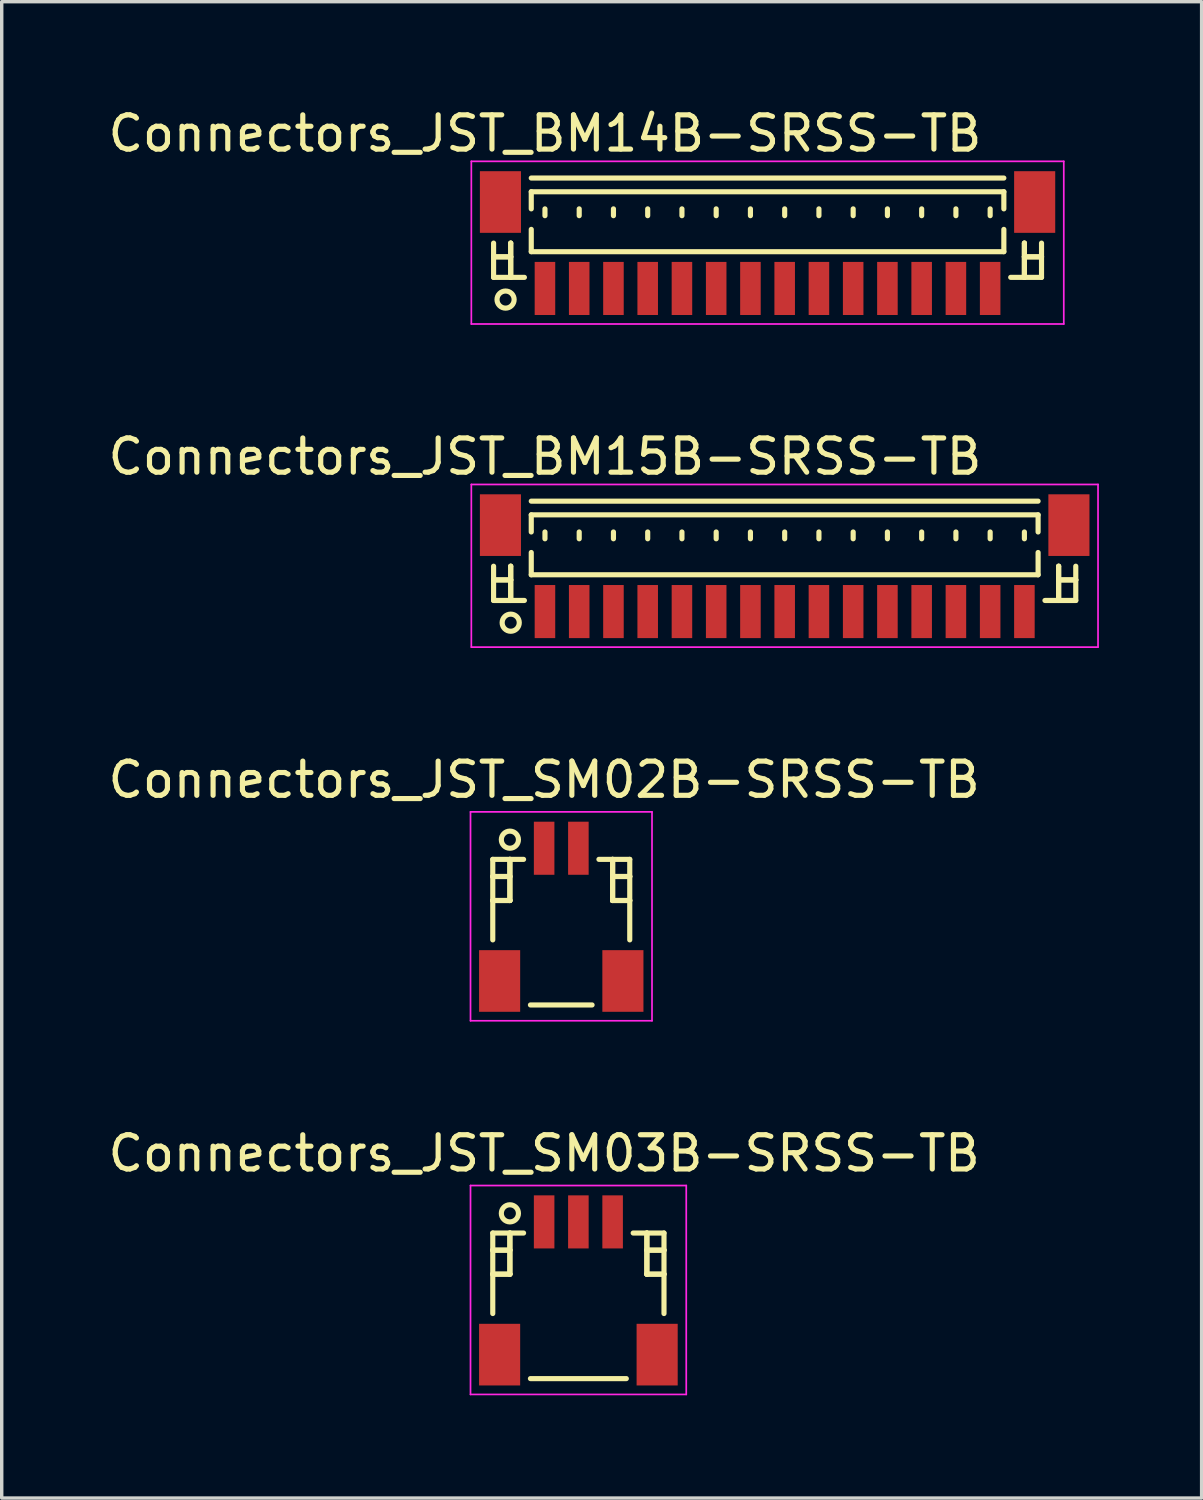
<source format=kicad_pcb>
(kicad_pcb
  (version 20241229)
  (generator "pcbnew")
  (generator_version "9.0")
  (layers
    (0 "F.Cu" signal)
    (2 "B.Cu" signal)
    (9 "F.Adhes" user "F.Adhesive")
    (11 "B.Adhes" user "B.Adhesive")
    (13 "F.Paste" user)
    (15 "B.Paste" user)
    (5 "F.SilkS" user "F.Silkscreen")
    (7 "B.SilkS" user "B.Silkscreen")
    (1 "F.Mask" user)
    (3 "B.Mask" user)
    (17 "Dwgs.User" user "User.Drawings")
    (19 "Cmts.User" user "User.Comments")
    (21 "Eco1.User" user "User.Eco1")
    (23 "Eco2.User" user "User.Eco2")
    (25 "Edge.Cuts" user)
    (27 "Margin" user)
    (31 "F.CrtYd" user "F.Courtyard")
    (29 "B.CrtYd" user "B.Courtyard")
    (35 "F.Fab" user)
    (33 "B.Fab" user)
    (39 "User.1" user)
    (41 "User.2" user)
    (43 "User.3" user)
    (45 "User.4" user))
  (footprint "Connectors_JST_BM14B-SRSS-TB"
    (layer "F.Cu")
    (at 19.363 4.111)
    (property "Reference" "Connectors_JST_BM14B-SRSS-TB" (at -6.5 -3.263 0) (layer "F.SilkS") (effects (font (size 1 1) (thickness 0.15))))
    (attr smd)
    (fp_line (start -8 -0.062) (end -8 0.938) (stroke (width 0.15) (type solid)) (layer "F.SilkS"))
    (fp_line (start -8 0.338) (end -8 0.338) (stroke (width 0.15) (type solid)) (layer "F.SilkS"))
    (fp_line (start -8 0.338) (end -7.5 0.338) (stroke (width 0.15) (type solid)) (layer "F.SilkS"))
    (fp_line (start -8 0.938) (end -7.1 0.938) (stroke (width 0.15) (type solid)) (layer "F.SilkS"))
    (fp_line (start -7.5 -0.062) (end -7.5 -0.062) (stroke (width 0.15) (type solid)) (layer "F.SilkS"))
    (fp_line (start -7.5 -0.062) (end -7.5 0.938) (stroke (width 0.15) (type solid)) (layer "F.SilkS"))
    (fp_line (start -7.5 0.338) (end -8 0.338) (stroke (width 0.15) (type solid)) (layer "F.SilkS"))
    (fp_line (start -7.5 0.338) (end -7.5 0.338) (stroke (width 0.15) (type solid)) (layer "F.SilkS"))
    (fp_line (start -7.5 0.938) (end -7.5 -0.062) (stroke (width 0.15) (type solid)) (layer "F.SilkS"))
    (fp_line (start -7.5 0.938) (end -7.5 0.938) (stroke (width 0.15) (type solid)) (layer "F.SilkS"))
    (fp_line (start -6.9 -1.962) (end 6.9 -1.962) (stroke (width 0.15) (type solid)) (layer "F.SilkS"))
    (fp_line (start -6.9 -1.562) (end 6.9 -1.562) (stroke (width 0.15) (type solid)) (layer "F.SilkS"))
    (fp_line (start -6.9 -1.062) (end -6.9 -1.562) (stroke (width 0.15) (type solid)) (layer "F.SilkS"))
    (fp_line (start -6.9 -0.463) (end -6.9 0.188) (stroke (width 0.15) (type solid)) (layer "F.SilkS"))
    (fp_line (start -6.9 0.188) (end 6.9 0.188) (stroke (width 0.15) (type solid)) (layer "F.SilkS"))
    (fp_line (start -6.5 -1.062) (end -6.5 -0.863) (stroke (width 0.15) (type solid)) (layer "F.SilkS"))
    (fp_line (start -5.5 -1.062) (end -5.5 -0.863) (stroke (width 0.15) (type solid)) (layer "F.SilkS"))
    (fp_line (start -4.5 -1.062) (end -4.5 -0.863) (stroke (width 0.15) (type solid)) (layer "F.SilkS"))
    (fp_line (start -3.5 -1.062) (end -3.5 -0.863) (stroke (width 0.15) (type solid)) (layer "F.SilkS"))
    (fp_line (start -2.5 -1.062) (end -2.5 -0.863) (stroke (width 0.15) (type solid)) (layer "F.SilkS"))
    (fp_line (start -1.5 -1.062) (end -1.5 -0.863) (stroke (width 0.15) (type solid)) (layer "F.SilkS"))
    (fp_line (start -0.5 -1.062) (end -0.5 -0.863) (stroke (width 0.15) (type solid)) (layer "F.SilkS"))
    (fp_line (start 0.5 -1.062) (end 0.5 -0.863) (stroke (width 0.15) (type solid)) (layer "F.SilkS"))
    (fp_line (start 1.5 -1.062) (end 1.5 -0.863) (stroke (width 0.15) (type solid)) (layer "F.SilkS"))
    (fp_line (start 2.5 -1.062) (end 2.5 -0.863) (stroke (width 0.15) (type solid)) (layer "F.SilkS"))
    (fp_line (start 3.5 -1.062) (end 3.5 -0.863) (stroke (width 0.15) (type solid)) (layer "F.SilkS"))
    (fp_line (start 4.5 -1.062) (end 4.5 -0.863) (stroke (width 0.15) (type solid)) (layer "F.SilkS"))
    (fp_line (start 5.5 -1.062) (end 5.5 -0.863) (stroke (width 0.15) (type solid)) (layer "F.SilkS"))
    (fp_line (start 6.5 -1.062) (end 6.5 -0.863) (stroke (width 0.15) (type solid)) (layer "F.SilkS"))
    (fp_line (start 6.9 -1.562) (end 6.9 -1.062) (stroke (width 0.15) (type solid)) (layer "F.SilkS"))
    (fp_line (start 6.9 0.188) (end 6.9 -0.463) (stroke (width 0.15) (type solid)) (layer "F.SilkS"))
    (fp_line (start 7.5 -0.062) (end 7.5 -0.062) (stroke (width 0.15) (type solid)) (layer "F.SilkS"))
    (fp_line (start 7.5 -0.062) (end 7.5 0.938) (stroke (width 0.15) (type solid)) (layer "F.SilkS"))
    (fp_line (start 7.5 0.338) (end 7.5 0.338) (stroke (width 0.15) (type solid)) (layer "F.SilkS"))
    (fp_line (start 7.5 0.338) (end 8 0.338) (stroke (width 0.15) (type solid)) (layer "F.SilkS"))
    (fp_line (start 7.5 0.938) (end 7.5 -0.062) (stroke (width 0.15) (type solid)) (layer "F.SilkS"))
    (fp_line (start 7.5 0.938) (end 7.5 0.938) (stroke (width 0.15) (type solid)) (layer "F.SilkS"))
    (fp_line (start 8 -0.062) (end 8 0.938) (stroke (width 0.15) (type solid)) (layer "F.SilkS"))
    (fp_line (start 8 0.338) (end 7.5 0.338) (stroke (width 0.15) (type solid)) (layer "F.SilkS"))
    (fp_line (start 8 0.338) (end 8 0.338) (stroke (width 0.15) (type solid)) (layer "F.SilkS"))
    (fp_line (start 8 0.938) (end 7.1 0.938) (stroke (width 0.15) (type solid)) (layer "F.SilkS"))
    (fp_circle (center -7.65 1.587) (end -7.4 1.587) (stroke (width 0.15) (type solid)) (fill no) (layer "F.SilkS"))
    (fp_line (start -8.65 -2.45) (end 8.65 -2.45) (stroke (width 0.05) (type solid)) (layer "F.CrtYd"))
    (fp_line (start -8.65 2.3) (end -8.65 -2.45) (stroke (width 0.05) (type solid)) (layer "F.CrtYd"))
    (fp_line (start 8.65 -2.45) (end 8.65 2.3) (stroke (width 0.05) (type solid)) (layer "F.CrtYd"))
    (fp_line (start 8.65 2.3) (end -8.65 2.3) (stroke (width 0.05) (type solid)) (layer "F.CrtYd"))
    (pad "" smd rect (at -7.8 -1.262) (size 1.2 1.8) (layers "F.Cu" "F.Mask" "F.Paste"))
    (pad "" smd rect (at 7.8 -1.262) (size 1.2 1.8) (layers "F.Cu" "F.Mask" "F.Paste"))
    (pad "1" smd rect (at -6.5 1.262) (size 0.6 1.55) (layers "F.Cu" "F.Mask" "F.Paste"))
    (pad "2" smd rect (at -5.5 1.262) (size 0.6 1.55) (layers "F.Cu" "F.Mask" "F.Paste"))
    (pad "3" smd rect (at -4.5 1.262) (size 0.6 1.55) (layers "F.Cu" "F.Mask" "F.Paste"))
    (pad "4" smd rect (at -3.5 1.262) (size 0.6 1.55) (layers "F.Cu" "F.Mask" "F.Paste"))
    (pad "5" smd rect (at -2.5 1.262) (size 0.6 1.55) (layers "F.Cu" "F.Mask" "F.Paste"))
    (pad "6" smd rect (at -1.5 1.262) (size 0.6 1.55) (layers "F.Cu" "F.Mask" "F.Paste"))
    (pad "7" smd rect (at -0.5 1.262) (size 0.6 1.55) (layers "F.Cu" "F.Mask" "F.Paste"))
    (pad "8" smd rect (at 0.5 1.262) (size 0.6 1.55) (layers "F.Cu" "F.Mask" "F.Paste"))
    (pad "9" smd rect (at 1.5 1.262) (size 0.6 1.55) (layers "F.Cu" "F.Mask" "F.Paste"))
    (pad "10" smd rect (at 2.5 1.262) (size 0.6 1.55) (layers "F.Cu" "F.Mask" "F.Paste"))
    (pad "11" smd rect (at 3.5 1.262) (size 0.6 1.55) (layers "F.Cu" "F.Mask" "F.Paste"))
    (pad "12" smd rect (at 4.5 1.262) (size 0.6 1.55) (layers "F.Cu" "F.Mask" "F.Paste"))
    (pad "13" smd rect (at 5.5 1.262) (size 0.6 1.55) (layers "F.Cu" "F.Mask" "F.Paste"))
    (pad "14" smd rect (at 6.5 1.262) (size 0.6 1.55) (layers "F.Cu" "F.Mask" "F.Paste")))
  (footprint "Connectors_JST_SM02B-SRSS-TB"
    (layer "F.Cu")
    (at 13.339 23.657)
    (property "Reference" "Connectors_JST_SM02B-SRSS-TB" (at -0.5 -3.938 0) (layer "F.SilkS") (effects (font (size 1 1) (thickness 0.15))))
    (attr smd)
    (fp_line (start -2 -1.613) (end -1.1 -1.613) (stroke (width 0.15) (type solid)) (layer "F.SilkS"))
    (fp_line (start -2 -1.113) (end -2 -1.113) (stroke (width 0.15) (type solid)) (layer "F.SilkS"))
    (fp_line (start -2 -1.113) (end -1.5 -1.113) (stroke (width 0.15) (type solid)) (layer "F.SilkS"))
    (fp_line (start -2 -0.412) (end -2 -0.412) (stroke (width 0.15) (type solid)) (layer "F.SilkS"))
    (fp_line (start -2 -0.412) (end -1.5 -0.412) (stroke (width 0.15) (type solid)) (layer "F.SilkS"))
    (fp_line (start -2 0.738) (end -2 -1.613) (stroke (width 0.15) (type solid)) (layer "F.SilkS"))
    (fp_line (start -1.5 -1.613) (end -1.5 -1.613) (stroke (width 0.15) (type solid)) (layer "F.SilkS"))
    (fp_line (start -1.5 -1.613) (end -1.5 -0.412) (stroke (width 0.15) (type solid)) (layer "F.SilkS"))
    (fp_line (start -1.5 -1.113) (end -2 -1.113) (stroke (width 0.15) (type solid)) (layer "F.SilkS"))
    (fp_line (start -1.5 -1.113) (end -1.5 -1.113) (stroke (width 0.15) (type solid)) (layer "F.SilkS"))
    (fp_line (start -1.5 -0.412) (end -2 -0.412) (stroke (width 0.15) (type solid)) (layer "F.SilkS"))
    (fp_line (start -1.5 -0.412) (end -1.5 -1.613) (stroke (width 0.15) (type solid)) (layer "F.SilkS"))
    (fp_line (start -1.5 -0.412) (end -1.5 -0.412) (stroke (width 0.15) (type solid)) (layer "F.SilkS"))
    (fp_line (start -1.5 -0.412) (end -1.5 -0.412) (stroke (width 0.15) (type solid)) (layer "F.SilkS"))
    (fp_line (start -0.9 2.638) (end 0.9 2.638) (stroke (width 0.15) (type solid)) (layer "F.SilkS"))
    (fp_line (start 1.5 -1.613) (end 1.5 -1.613) (stroke (width 0.15) (type solid)) (layer "F.SilkS"))
    (fp_line (start 1.5 -1.613) (end 1.5 -0.412) (stroke (width 0.15) (type solid)) (layer "F.SilkS"))
    (fp_line (start 1.5 -1.113) (end 1.5 -1.113) (stroke (width 0.15) (type solid)) (layer "F.SilkS"))
    (fp_line (start 1.5 -1.113) (end 2 -1.113) (stroke (width 0.15) (type solid)) (layer "F.SilkS"))
    (fp_line (start 1.5 -0.412) (end 1.5 -1.613) (stroke (width 0.15) (type solid)) (layer "F.SilkS"))
    (fp_line (start 1.5 -0.412) (end 1.5 -0.412) (stroke (width 0.15) (type solid)) (layer "F.SilkS"))
    (fp_line (start 1.5 -0.412) (end 1.5 -0.412) (stroke (width 0.15) (type solid)) (layer "F.SilkS"))
    (fp_line (start 1.5 -0.412) (end 2 -0.412) (stroke (width 0.15) (type solid)) (layer "F.SilkS"))
    (fp_line (start 2 -1.613) (end 1.1 -1.613) (stroke (width 0.15) (type solid)) (layer "F.SilkS"))
    (fp_line (start 2 -1.113) (end 1.5 -1.113) (stroke (width 0.15) (type solid)) (layer "F.SilkS"))
    (fp_line (start 2 -1.113) (end 2 -1.113) (stroke (width 0.15) (type solid)) (layer "F.SilkS"))
    (fp_line (start 2 -0.412) (end 1.5 -0.412) (stroke (width 0.15) (type solid)) (layer "F.SilkS"))
    (fp_line (start 2 -0.412) (end 2 -0.412) (stroke (width 0.15) (type solid)) (layer "F.SilkS"))
    (fp_line (start 2 0.738) (end 2 -1.613) (stroke (width 0.15) (type solid)) (layer "F.SilkS"))
    (fp_circle (center -1.5 -2.188) (end -1.25 -2.188) (stroke (width 0.15) (type solid)) (fill no) (layer "F.SilkS"))
    (fp_line (start -2.65 -3) (end 2.65 -3) (stroke (width 0.05) (type solid)) (layer "F.CrtYd"))
    (fp_line (start -2.65 3.1) (end -2.65 -3) (stroke (width 0.05) (type solid)) (layer "F.CrtYd"))
    (fp_line (start 2.65 -3) (end 2.65 3.1) (stroke (width 0.05) (type solid)) (layer "F.CrtYd"))
    (fp_line (start 2.65 3.1) (end -2.65 3.1) (stroke (width 0.05) (type solid)) (layer "F.CrtYd"))
    (pad "" smd rect (at -1.8 1.938) (size 1.2 1.8) (layers "F.Cu" "F.Mask" "F.Paste"))
    (pad "" smd rect (at 1.8 1.938) (size 1.2 1.8) (layers "F.Cu" "F.Mask" "F.Paste"))
    (pad "1" smd rect (at -0.5 -1.938) (size 0.6 1.55) (layers "F.Cu" "F.Mask" "F.Paste"))
    (pad "2" smd rect (at 0.5 -1.938) (size 0.6 1.55) (layers "F.Cu" "F.Mask" "F.Paste")))
  (footprint "Connectors_JST_BM15B-SRSS-TB"
    (layer "F.Cu")
    (at 19.863 13.546)
    (property "Reference" "Connectors_JST_BM15B-SRSS-TB" (at -7 -3.263 0) (layer "F.SilkS") (effects (font (size 1 1) (thickness 0.15))))
    (attr smd)
    (fp_line (start -8.5 -0.062) (end -8.5 0.938) (stroke (width 0.15) (type solid)) (layer "F.SilkS"))
    (fp_line (start -8.5 0.338) (end -8.5 0.338) (stroke (width 0.15) (type solid)) (layer "F.SilkS"))
    (fp_line (start -8.5 0.338) (end -8 0.338) (stroke (width 0.15) (type solid)) (layer "F.SilkS"))
    (fp_line (start -8.5 0.938) (end -7.6 0.938) (stroke (width 0.15) (type solid)) (layer "F.SilkS"))
    (fp_line (start -8 -0.062) (end -8 -0.062) (stroke (width 0.15) (type solid)) (layer "F.SilkS"))
    (fp_line (start -8 -0.062) (end -8 0.938) (stroke (width 0.15) (type solid)) (layer "F.SilkS"))
    (fp_line (start -8 0.338) (end -8.5 0.338) (stroke (width 0.15) (type solid)) (layer "F.SilkS"))
    (fp_line (start -8 0.338) (end -8 0.338) (stroke (width 0.15) (type solid)) (layer "F.SilkS"))
    (fp_line (start -8 0.938) (end -8 -0.062) (stroke (width 0.15) (type solid)) (layer "F.SilkS"))
    (fp_line (start -8 0.938) (end -8 0.938) (stroke (width 0.15) (type solid)) (layer "F.SilkS"))
    (fp_line (start -7.4 -1.962) (end 7.4 -1.962) (stroke (width 0.15) (type solid)) (layer "F.SilkS"))
    (fp_line (start -7.4 -1.562) (end 7.4 -1.562) (stroke (width 0.15) (type solid)) (layer "F.SilkS"))
    (fp_line (start -7.4 -1.062) (end -7.4 -1.562) (stroke (width 0.15) (type solid)) (layer "F.SilkS"))
    (fp_line (start -7.4 -0.463) (end -7.4 0.188) (stroke (width 0.15) (type solid)) (layer "F.SilkS"))
    (fp_line (start -7.4 0.188) (end 7.4 0.188) (stroke (width 0.15) (type solid)) (layer "F.SilkS"))
    (fp_line (start -7 -1.062) (end -7 -0.863) (stroke (width 0.15) (type solid)) (layer "F.SilkS"))
    (fp_line (start -6 -1.062) (end -6 -0.863) (stroke (width 0.15) (type solid)) (layer "F.SilkS"))
    (fp_line (start -5 -1.062) (end -5 -0.863) (stroke (width 0.15) (type solid)) (layer "F.SilkS"))
    (fp_line (start -4 -1.062) (end -4 -0.863) (stroke (width 0.15) (type solid)) (layer "F.SilkS"))
    (fp_line (start -3 -1.062) (end -3 -0.863) (stroke (width 0.15) (type solid)) (layer "F.SilkS"))
    (fp_line (start -2 -1.062) (end -2 -0.863) (stroke (width 0.15) (type solid)) (layer "F.SilkS"))
    (fp_line (start -1 -1.062) (end -1 -0.863) (stroke (width 0.15) (type solid)) (layer "F.SilkS"))
    (fp_line (start 0 -1.062) (end 0 -0.863) (stroke (width 0.15) (type solid)) (layer "F.SilkS"))
    (fp_line (start 1 -1.062) (end 1 -0.863) (stroke (width 0.15) (type solid)) (layer "F.SilkS"))
    (fp_line (start 2 -1.062) (end 2 -0.863) (stroke (width 0.15) (type solid)) (layer "F.SilkS"))
    (fp_line (start 3 -1.062) (end 3 -0.863) (stroke (width 0.15) (type solid)) (layer "F.SilkS"))
    (fp_line (start 4 -1.062) (end 4 -0.863) (stroke (width 0.15) (type solid)) (layer "F.SilkS"))
    (fp_line (start 5 -1.062) (end 5 -0.863) (stroke (width 0.15) (type solid)) (layer "F.SilkS"))
    (fp_line (start 6 -1.062) (end 6 -0.863) (stroke (width 0.15) (type solid)) (layer "F.SilkS"))
    (fp_line (start 7 -1.062) (end 7 -0.863) (stroke (width 0.15) (type solid)) (layer "F.SilkS"))
    (fp_line (start 7.4 -1.562) (end 7.4 -1.062) (stroke (width 0.15) (type solid)) (layer "F.SilkS"))
    (fp_line (start 7.4 0.188) (end 7.4 -0.463) (stroke (width 0.15) (type solid)) (layer "F.SilkS"))
    (fp_line (start 8 -0.062) (end 8 -0.062) (stroke (width 0.15) (type solid)) (layer "F.SilkS"))
    (fp_line (start 8 -0.062) (end 8 0.938) (stroke (width 0.15) (type solid)) (layer "F.SilkS"))
    (fp_line (start 8 0.338) (end 8 0.338) (stroke (width 0.15) (type solid)) (layer "F.SilkS"))
    (fp_line (start 8 0.338) (end 8.5 0.338) (stroke (width 0.15) (type solid)) (layer "F.SilkS"))
    (fp_line (start 8 0.938) (end 8 -0.062) (stroke (width 0.15) (type solid)) (layer "F.SilkS"))
    (fp_line (start 8 0.938) (end 8 0.938) (stroke (width 0.15) (type solid)) (layer "F.SilkS"))
    (fp_line (start 8.5 -0.062) (end 8.5 0.938) (stroke (width 0.15) (type solid)) (layer "F.SilkS"))
    (fp_line (start 8.5 0.338) (end 8 0.338) (stroke (width 0.15) (type solid)) (layer "F.SilkS"))
    (fp_line (start 8.5 0.338) (end 8.5 0.338) (stroke (width 0.15) (type solid)) (layer "F.SilkS"))
    (fp_line (start 8.5 0.938) (end 7.6 0.938) (stroke (width 0.15) (type solid)) (layer "F.SilkS"))
    (fp_circle (center -8 1.587) (end -7.75 1.587) (stroke (width 0.15) (type solid)) (fill no) (layer "F.SilkS"))
    (fp_line (start -9.15 -2.45) (end 9.15 -2.45) (stroke (width 0.05) (type solid)) (layer "F.CrtYd"))
    (fp_line (start -9.15 2.3) (end -9.15 -2.45) (stroke (width 0.05) (type solid)) (layer "F.CrtYd"))
    (fp_line (start 9.15 -2.45) (end 9.15 2.3) (stroke (width 0.05) (type solid)) (layer "F.CrtYd"))
    (fp_line (start 9.15 2.3) (end -9.15 2.3) (stroke (width 0.05) (type solid)) (layer "F.CrtYd"))
    (pad "" smd rect (at -8.3 -1.262) (size 1.2 1.8) (layers "F.Cu" "F.Mask" "F.Paste"))
    (pad "" smd rect (at 8.3 -1.262) (size 1.2 1.8) (layers "F.Cu" "F.Mask" "F.Paste"))
    (pad "1" smd rect (at -7 1.262) (size 0.6 1.55) (layers "F.Cu" "F.Mask" "F.Paste"))
    (pad "2" smd rect (at -6 1.262) (size 0.6 1.55) (layers "F.Cu" "F.Mask" "F.Paste"))
    (pad "3" smd rect (at -5 1.262) (size 0.6 1.55) (layers "F.Cu" "F.Mask" "F.Paste"))
    (pad "4" smd rect (at -4 1.262) (size 0.6 1.55) (layers "F.Cu" "F.Mask" "F.Paste"))
    (pad "5" smd rect (at -3 1.262) (size 0.6 1.55) (layers "F.Cu" "F.Mask" "F.Paste"))
    (pad "6" smd rect (at -2 1.262) (size 0.6 1.55) (layers "F.Cu" "F.Mask" "F.Paste"))
    (pad "7" smd rect (at -1 1.262) (size 0.6 1.55) (layers "F.Cu" "F.Mask" "F.Paste"))
    (pad "8" smd rect (at 0 1.262) (size 0.6 1.55) (layers "F.Cu" "F.Mask" "F.Paste"))
    (pad "9" smd rect (at 1 1.262) (size 0.6 1.55) (layers "F.Cu" "F.Mask" "F.Paste"))
    (pad "10" smd rect (at 2 1.262) (size 0.6 1.55) (layers "F.Cu" "F.Mask" "F.Paste"))
    (pad "11" smd rect (at 3 1.262) (size 0.6 1.55) (layers "F.Cu" "F.Mask" "F.Paste"))
    (pad "12" smd rect (at 4 1.262) (size 0.6 1.55) (layers "F.Cu" "F.Mask" "F.Paste"))
    (pad "13" smd rect (at 5 1.262) (size 0.6 1.55) (layers "F.Cu" "F.Mask" "F.Paste"))
    (pad "14" smd rect (at 6 1.262) (size 0.6 1.55) (layers "F.Cu" "F.Mask" "F.Paste"))
    (pad "15" smd rect (at 7 1.262) (size 0.6 1.55) (layers "F.Cu" "F.Mask" "F.Paste")))
  (footprint "Connectors_JST_SM03B-SRSS-TB"
    (layer "F.Cu")
    (at 13.839 34.568)
    (property "Reference" "Connectors_JST_SM03B-SRSS-TB" (at -1 -3.938 0) (layer "F.SilkS") (effects (font (size 1 1) (thickness 0.15))))
    (attr smd)
    (fp_line (start -2.5 -1.613) (end -1.6 -1.613) (stroke (width 0.15) (type solid)) (layer "F.SilkS"))
    (fp_line (start -2.5 -1.113) (end -2.5 -1.113) (stroke (width 0.15) (type solid)) (layer "F.SilkS"))
    (fp_line (start -2.5 -1.113) (end -2 -1.113) (stroke (width 0.15) (type solid)) (layer "F.SilkS"))
    (fp_line (start -2.5 -0.412) (end -2.5 -0.412) (stroke (width 0.15) (type solid)) (layer "F.SilkS"))
    (fp_line (start -2.5 -0.412) (end -2 -0.412) (stroke (width 0.15) (type solid)) (layer "F.SilkS"))
    (fp_line (start -2.5 0.738) (end -2.5 -1.613) (stroke (width 0.15) (type solid)) (layer "F.SilkS"))
    (fp_line (start -2 -1.613) (end -2 -1.613) (stroke (width 0.15) (type solid)) (layer "F.SilkS"))
    (fp_line (start -2 -1.613) (end -2 -0.412) (stroke (width 0.15) (type solid)) (layer "F.SilkS"))
    (fp_line (start -2 -1.113) (end -2.5 -1.113) (stroke (width 0.15) (type solid)) (layer "F.SilkS"))
    (fp_line (start -2 -1.113) (end -2 -1.113) (stroke (width 0.15) (type solid)) (layer "F.SilkS"))
    (fp_line (start -2 -0.412) (end -2.5 -0.412) (stroke (width 0.15) (type solid)) (layer "F.SilkS"))
    (fp_line (start -2 -0.412) (end -2 -1.613) (stroke (width 0.15) (type solid)) (layer "F.SilkS"))
    (fp_line (start -2 -0.412) (end -2 -0.412) (stroke (width 0.15) (type solid)) (layer "F.SilkS"))
    (fp_line (start -2 -0.412) (end -2 -0.412) (stroke (width 0.15) (type solid)) (layer "F.SilkS"))
    (fp_line (start -1.4 2.638) (end 1.4 2.638) (stroke (width 0.15) (type solid)) (layer "F.SilkS"))
    (fp_line (start 2 -1.613) (end 2 -1.613) (stroke (width 0.15) (type solid)) (layer "F.SilkS"))
    (fp_line (start 2 -1.613) (end 2 -0.412) (stroke (width 0.15) (type solid)) (layer "F.SilkS"))
    (fp_line (start 2 -1.113) (end 2 -1.113) (stroke (width 0.15) (type solid)) (layer "F.SilkS"))
    (fp_line (start 2 -1.113) (end 2.5 -1.113) (stroke (width 0.15) (type solid)) (layer "F.SilkS"))
    (fp_line (start 2 -0.412) (end 2 -1.613) (stroke (width 0.15) (type solid)) (layer "F.SilkS"))
    (fp_line (start 2 -0.412) (end 2 -0.412) (stroke (width 0.15) (type solid)) (layer "F.SilkS"))
    (fp_line (start 2 -0.412) (end 2 -0.412) (stroke (width 0.15) (type solid)) (layer "F.SilkS"))
    (fp_line (start 2 -0.412) (end 2.5 -0.412) (stroke (width 0.15) (type solid)) (layer "F.SilkS"))
    (fp_line (start 2.5 -1.613) (end 1.6 -1.613) (stroke (width 0.15) (type solid)) (layer "F.SilkS"))
    (fp_line (start 2.5 -1.113) (end 2 -1.113) (stroke (width 0.15) (type solid)) (layer "F.SilkS"))
    (fp_line (start 2.5 -1.113) (end 2.5 -1.113) (stroke (width 0.15) (type solid)) (layer "F.SilkS"))
    (fp_line (start 2.5 -0.412) (end 2 -0.412) (stroke (width 0.15) (type solid)) (layer "F.SilkS"))
    (fp_line (start 2.5 -0.412) (end 2.5 -0.412) (stroke (width 0.15) (type solid)) (layer "F.SilkS"))
    (fp_line (start 2.5 0.738) (end 2.5 -1.613) (stroke (width 0.15) (type solid)) (layer "F.SilkS"))
    (fp_circle (center -2 -2.188) (end -1.75 -2.188) (stroke (width 0.15) (type solid)) (fill no) (layer "F.SilkS"))
    (fp_line (start -3.15 -3) (end 3.15 -3) (stroke (width 0.05) (type solid)) (layer "F.CrtYd"))
    (fp_line (start -3.15 3.1) (end -3.15 -3) (stroke (width 0.05) (type solid)) (layer "F.CrtYd"))
    (fp_line (start 3.15 -3) (end 3.15 3.1) (stroke (width 0.05) (type solid)) (layer "F.CrtYd"))
    (fp_line (start 3.15 3.1) (end -3.15 3.1) (stroke (width 0.05) (type solid)) (layer "F.CrtYd"))
    (pad "" smd rect (at -2.3 1.938) (size 1.2 1.8) (layers "F.Cu" "F.Mask" "F.Paste"))
    (pad "" smd rect (at 2.3 1.938) (size 1.2 1.8) (layers "F.Cu" "F.Mask" "F.Paste"))
    (pad "1" smd rect (at -1 -1.938) (size 0.6 1.55) (layers "F.Cu" "F.Mask" "F.Paste"))
    (pad "2" smd rect (at 0 -1.938) (size 0.6 1.55) (layers "F.Cu" "F.Mask" "F.Paste"))
    (pad "3" smd rect (at 1 -1.938) (size 0.6 1.55) (layers "F.Cu" "F.Mask" "F.Paste")))
  (gr_rect
    (start -3 -3)
    (end 32.038 40.693)
    (stroke (width 0.1) (type default))
    (fill no)
    (layer "Edge.Cuts")))
</source>
